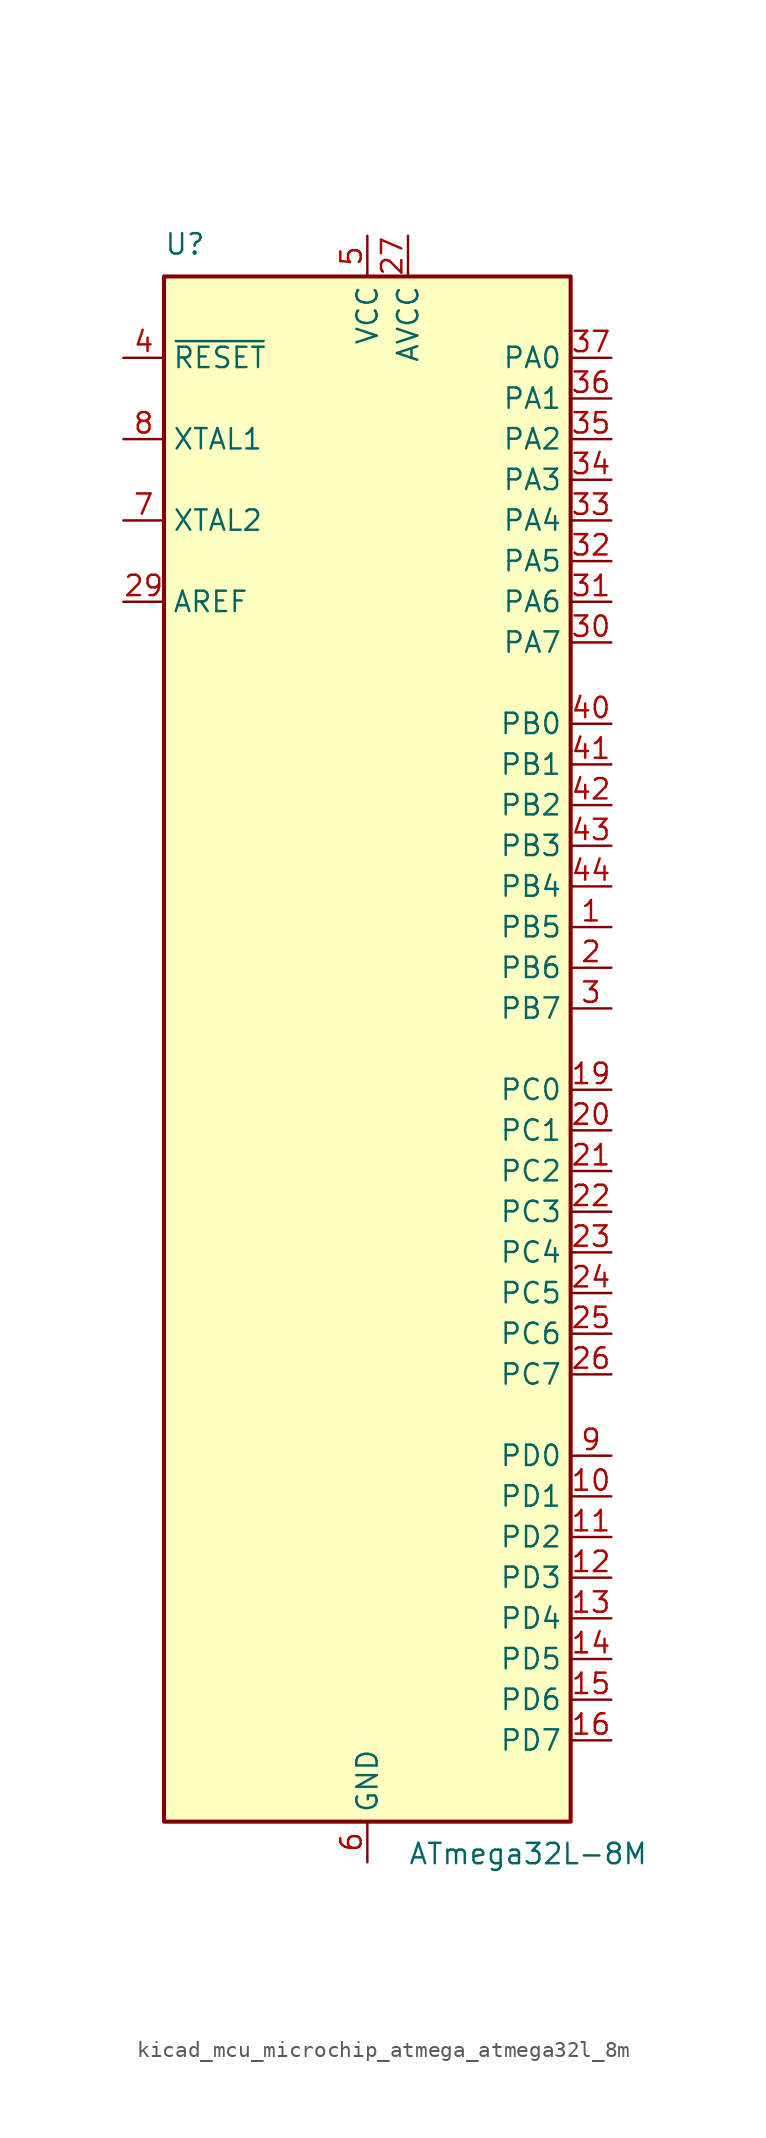
<source format=kicad_sym>
(kicad_symbol_lib
  (version 20220914)
  (generator kicad_symbol_editor)
  (symbol "kicad_mcu_microchip_atmega_atmega32l_8m"
    (property "Reference" "U"
      (at -12.7 49.53 0)
      (effects (font (size 1.27 1.27)) (justify left bottom)))
    (property "Value" "ATmega32L-8M"
      (at 2.54 -49.53 0)
      (effects (font (size 1.27 1.27)) (justify left top)))
    (symbol "kicad_mcu_microchip_atmega_atmega32l_8m_0_1"
      (rectangle (start -12.7 -48.26) (end 12.7 48.26) (stroke (width 0.254) (type default)) (fill (type background))))
    (symbol "kicad_mcu_microchip_atmega_atmega32l_8m_1_1"
      (pin bidirectional line (at 15.24 7.62 180) (length 2.54) (name "PB5" (effects (font (size 1.27 1.27)))) (number "1" (effects (font (size 1.27 1.27)))))
      (pin bidirectional line (at 15.24 -27.94 180) (length 2.54) (name "PD1" (effects (font (size 1.27 1.27)))) (number "10" (effects (font (size 1.27 1.27)))))
      (pin bidirectional line (at 15.24 -30.48 180) (length 2.54) (name "PD2" (effects (font (size 1.27 1.27)))) (number "11" (effects (font (size 1.27 1.27)))))
      (pin bidirectional line (at 15.24 -33.02 180) (length 2.54) (name "PD3" (effects (font (size 1.27 1.27)))) (number "12" (effects (font (size 1.27 1.27)))))
      (pin bidirectional line (at 15.24 -35.56 180) (length 2.54) (name "PD4" (effects (font (size 1.27 1.27)))) (number "13" (effects (font (size 1.27 1.27)))))
      (pin bidirectional line (at 15.24 -38.1 180) (length 2.54) (name "PD5" (effects (font (size 1.27 1.27)))) (number "14" (effects (font (size 1.27 1.27)))))
      (pin bidirectional line (at 15.24 -40.64 180) (length 2.54) (name "PD6" (effects (font (size 1.27 1.27)))) (number "15" (effects (font (size 1.27 1.27)))))
      (pin bidirectional line (at 15.24 -43.18 180) (length 2.54) (name "PD7" (effects (font (size 1.27 1.27)))) (number "16" (effects (font (size 1.27 1.27)))))
      (pin passive line (at 0 50.8 270) (length 2.54) hide (name "VCC" (effects (font (size 1.27 1.27)))) (number "17" (effects (font (size 1.27 1.27)))))
      (pin passive line (at 0 -50.8 90) (length 2.54) hide (name "GND" (effects (font (size 1.27 1.27)))) (number "18" (effects (font (size 1.27 1.27)))))
      (pin bidirectional line (at 15.24 -2.54 180) (length 2.54) (name "PC0" (effects (font (size 1.27 1.27)))) (number "19" (effects (font (size 1.27 1.27)))))
      (pin bidirectional line (at 15.24 5.08 180) (length 2.54) (name "PB6" (effects (font (size 1.27 1.27)))) (number "2" (effects (font (size 1.27 1.27)))))
      (pin bidirectional line (at 15.24 -5.08 180) (length 2.54) (name "PC1" (effects (font (size 1.27 1.27)))) (number "20" (effects (font (size 1.27 1.27)))))
      (pin bidirectional line (at 15.24 -7.62 180) (length 2.54) (name "PC2" (effects (font (size 1.27 1.27)))) (number "21" (effects (font (size 1.27 1.27)))))
      (pin bidirectional line (at 15.24 -10.16 180) (length 2.54) (name "PC3" (effects (font (size 1.27 1.27)))) (number "22" (effects (font (size 1.27 1.27)))))
      (pin bidirectional line (at 15.24 -12.7 180) (length 2.54) (name "PC4" (effects (font (size 1.27 1.27)))) (number "23" (effects (font (size 1.27 1.27)))))
      (pin bidirectional line (at 15.24 -15.24 180) (length 2.54) (name "PC5" (effects (font (size 1.27 1.27)))) (number "24" (effects (font (size 1.27 1.27)))))
      (pin bidirectional line (at 15.24 -17.78 180) (length 2.54) (name "PC6" (effects (font (size 1.27 1.27)))) (number "25" (effects (font (size 1.27 1.27)))))
      (pin bidirectional line (at 15.24 -20.32 180) (length 2.54) (name "PC7" (effects (font (size 1.27 1.27)))) (number "26" (effects (font (size 1.27 1.27)))))
      (pin power_in line (at 2.54 50.8 270) (length 2.54) (name "AVCC" (effects (font (size 1.27 1.27)))) (number "27" (effects (font (size 1.27 1.27)))))
      (pin passive line (at 0 -50.8 90) (length 2.54) hide (name "GND" (effects (font (size 1.27 1.27)))) (number "28" (effects (font (size 1.27 1.27)))))
      (pin passive line (at -15.24 27.94 0) (length 2.54) (name "AREF" (effects (font (size 1.27 1.27)))) (number "29" (effects (font (size 1.27 1.27)))))
      (pin bidirectional line (at 15.24 2.54 180) (length 2.54) (name "PB7" (effects (font (size 1.27 1.27)))) (number "3" (effects (font (size 1.27 1.27)))))
      (pin bidirectional line (at 15.24 25.4 180) (length 2.54) (name "PA7" (effects (font (size 1.27 1.27)))) (number "30" (effects (font (size 1.27 1.27)))))
      (pin bidirectional line (at 15.24 27.94 180) (length 2.54) (name "PA6" (effects (font (size 1.27 1.27)))) (number "31" (effects (font (size 1.27 1.27)))))
      (pin bidirectional line (at 15.24 30.48 180) (length 2.54) (name "PA5" (effects (font (size 1.27 1.27)))) (number "32" (effects (font (size 1.27 1.27)))))
      (pin bidirectional line (at 15.24 33.02 180) (length 2.54) (name "PA4" (effects (font (size 1.27 1.27)))) (number "33" (effects (font (size 1.27 1.27)))))
      (pin bidirectional line (at 15.24 35.56 180) (length 2.54) (name "PA3" (effects (font (size 1.27 1.27)))) (number "34" (effects (font (size 1.27 1.27)))))
      (pin bidirectional line (at 15.24 38.1 180) (length 2.54) (name "PA2" (effects (font (size 1.27 1.27)))) (number "35" (effects (font (size 1.27 1.27)))))
      (pin bidirectional line (at 15.24 40.64 180) (length 2.54) (name "PA1" (effects (font (size 1.27 1.27)))) (number "36" (effects (font (size 1.27 1.27)))))
      (pin bidirectional line (at 15.24 43.18 180) (length 2.54) (name "PA0" (effects (font (size 1.27 1.27)))) (number "37" (effects (font (size 1.27 1.27)))))
      (pin passive line (at 0 50.8 270) (length 2.54) hide (name "VCC" (effects (font (size 1.27 1.27)))) (number "38" (effects (font (size 1.27 1.27)))))
      (pin passive line (at 0 -50.8 90) (length 2.54) hide (name "GND" (effects (font (size 1.27 1.27)))) (number "39" (effects (font (size 1.27 1.27)))))
      (pin input line (at -15.24 43.18 0) (length 2.54) (name "~{RESET}" (effects (font (size 1.27 1.27)))) (number "4" (effects (font (size 1.27 1.27)))))
      (pin bidirectional line (at 15.24 20.32 180) (length 2.54) (name "PB0" (effects (font (size 1.27 1.27)))) (number "40" (effects (font (size 1.27 1.27)))))
      (pin bidirectional line (at 15.24 17.78 180) (length 2.54) (name "PB1" (effects (font (size 1.27 1.27)))) (number "41" (effects (font (size 1.27 1.27)))))
      (pin bidirectional line (at 15.24 15.24 180) (length 2.54) (name "PB2" (effects (font (size 1.27 1.27)))) (number "42" (effects (font (size 1.27 1.27)))))
      (pin bidirectional line (at 15.24 12.7 180) (length 2.54) (name "PB3" (effects (font (size 1.27 1.27)))) (number "43" (effects (font (size 1.27 1.27)))))
      (pin bidirectional line (at 15.24 10.16 180) (length 2.54) (name "PB4" (effects (font (size 1.27 1.27)))) (number "44" (effects (font (size 1.27 1.27)))))
      (pin passive line (at 0 -50.8 90) (length 2.54) hide (name "GND" (effects (font (size 1.27 1.27)))) (number "45" (effects (font (size 1.27 1.27)))))
      (pin power_in line (at 0 50.8 270) (length 2.54) (name "VCC" (effects (font (size 1.27 1.27)))) (number "5" (effects (font (size 1.27 1.27)))))
      (pin power_in line (at 0 -50.8 90) (length 2.54) (name "GND" (effects (font (size 1.27 1.27)))) (number "6" (effects (font (size 1.27 1.27)))))
      (pin output line (at -15.24 33.02 0) (length 2.54) (name "XTAL2" (effects (font (size 1.27 1.27)))) (number "7" (effects (font (size 1.27 1.27)))))
      (pin input line (at -15.24 38.1 0) (length 2.54) (name "XTAL1" (effects (font (size 1.27 1.27)))) (number "8" (effects (font (size 1.27 1.27)))))
      (pin bidirectional line (at 15.24 -25.4 180) (length 2.54) (name "PD0" (effects (font (size 1.27 1.27)))) (number "9" (effects (font (size 1.27 1.27))))))))
</source>
